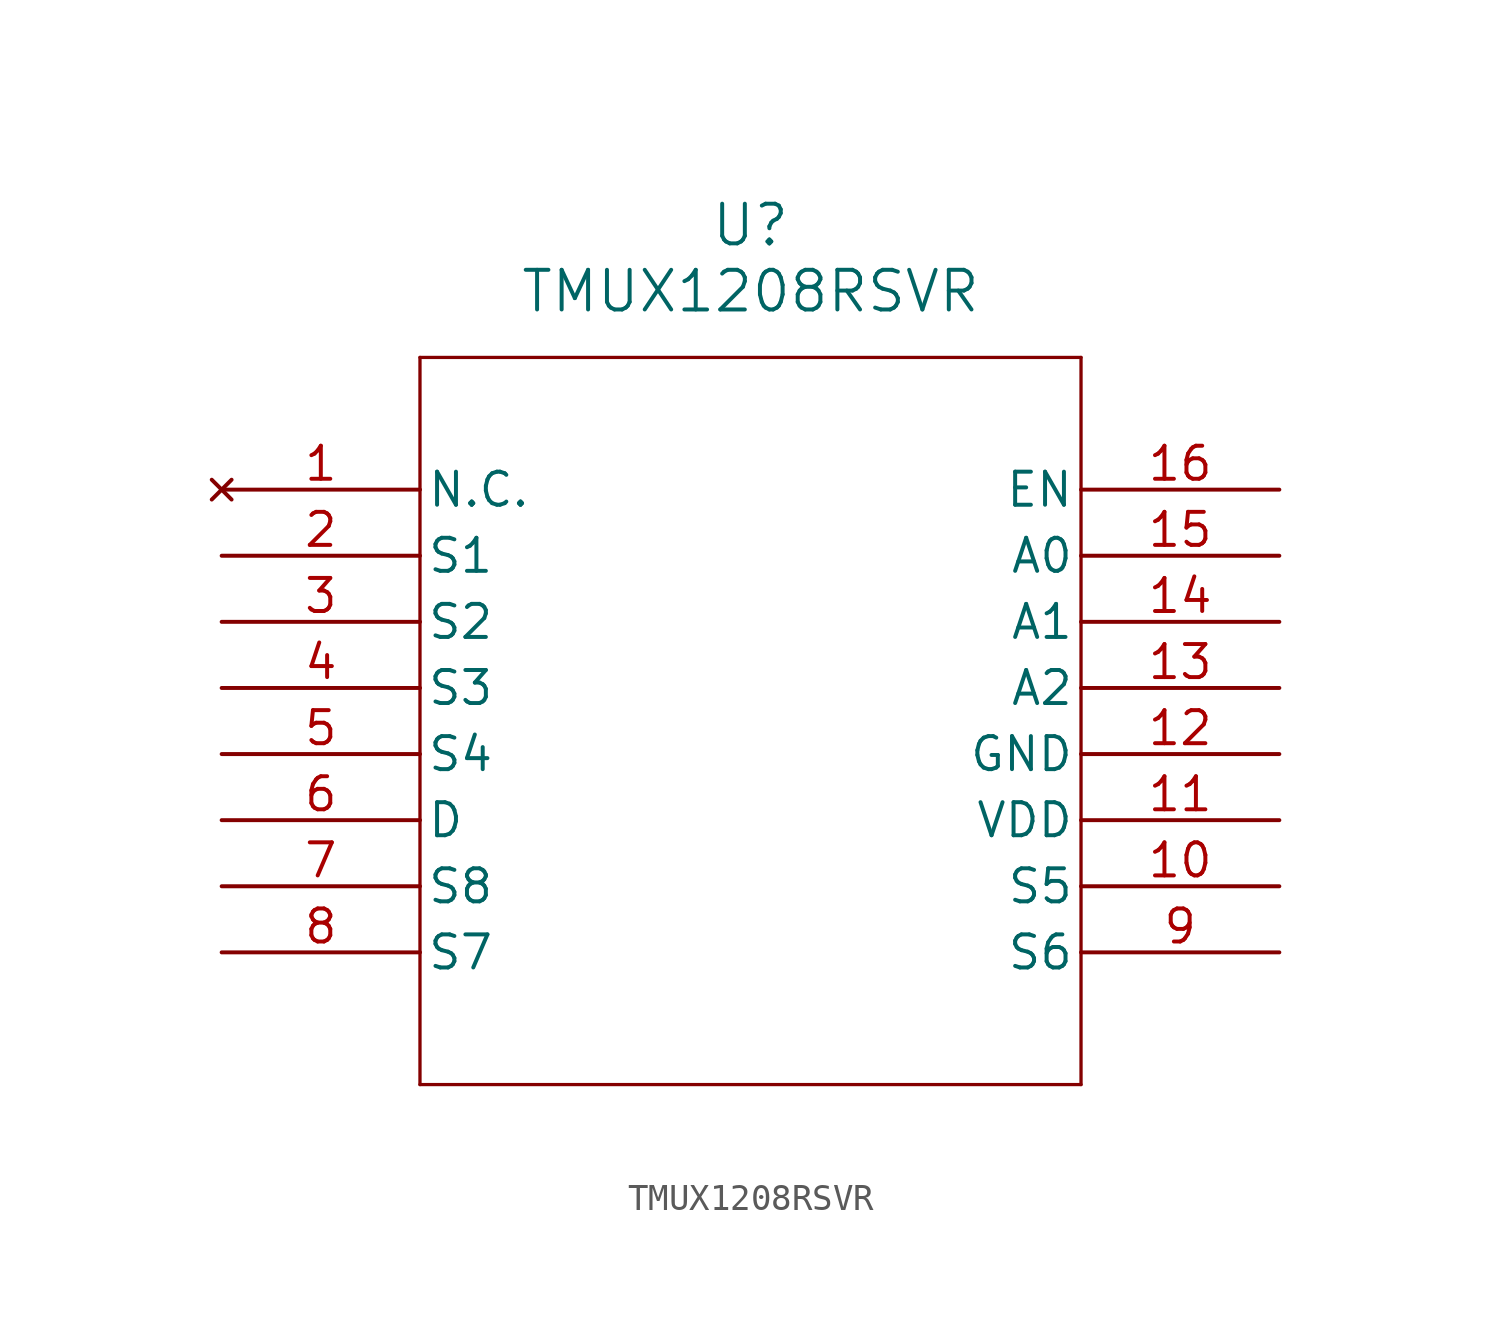
<source format=kicad_sym>
(kicad_symbol_lib
  (version 20231120)
  (generator "kicad_symbol_editor")
  (generator_version "8.0")
  (symbol "TMUX1208RSVR"
    (pin_names
      (offset 0.254))
    (property "Reference" "U"
      (at 20.32 10.16 0)
      (effects (font (size 1.524 1.524))))
    (property "Value" "TMUX1208RSVR"
      (at 20.32 7.62 0)
      (effects (font (size 1.524 1.524))))
    (property "ki_locked" ""
      (at 0 0 0)
      (effects (font (size 1.27 1.27))))
    (symbol "TMUX1208RSVR_0_1"
      (polyline (pts (xy 7.62 -22.86) (xy 33.02 -22.86)) (stroke (width 0.127) (type default)) (fill (type none)))
      (polyline (pts (xy 7.62 5.08) (xy 7.62 -22.86)) (stroke (width 0.127) (type default)) (fill (type none)))
      (polyline (pts (xy 33.02 -22.86) (xy 33.02 5.08)) (stroke (width 0.127) (type default)) (fill (type none)))
      (polyline (pts (xy 33.02 5.08) (xy 7.62 5.08)) (stroke (width 0.127) (type default)) (fill (type none)))
      (pin no_connect line (at 0 0 0) (length 7.62) (name "N.C." (effects (font (size 1.27 1.27)))) (number "1" (effects (font (size 1.27 1.27)))))
      (pin bidirectional line (at 40.64 -15.24 180) (length 7.62) (name "S5" (effects (font (size 1.27 1.27)))) (number "10" (effects (font (size 1.27 1.27)))))
      (pin power_in line (at 40.64 -12.7 180) (length 7.62) (name "VDD" (effects (font (size 1.27 1.27)))) (number "11" (effects (font (size 1.27 1.27)))))
      (pin bidirectional line (at 40.64 -7.62 180) (length 7.62) (name "A2" (effects (font (size 1.27 1.27)))) (number "13" (effects (font (size 1.27 1.27)))))
      (pin bidirectional line (at 40.64 -5.08 180) (length 7.62) (name "A1" (effects (font (size 1.27 1.27)))) (number "14" (effects (font (size 1.27 1.27)))))
      (pin bidirectional line (at 40.64 -2.54 180) (length 7.62) (name "A0" (effects (font (size 1.27 1.27)))) (number "15" (effects (font (size 1.27 1.27)))))
      (pin bidirectional line (at 0 -2.54 0) (length 7.62) (name "S1" (effects (font (size 1.27 1.27)))) (number "2" (effects (font (size 1.27 1.27)))))
      (pin bidirectional line (at 0 -5.08 0) (length 7.62) (name "S2" (effects (font (size 1.27 1.27)))) (number "3" (effects (font (size 1.27 1.27)))))
      (pin bidirectional line (at 0 -7.62 0) (length 7.62) (name "S3" (effects (font (size 1.27 1.27)))) (number "4" (effects (font (size 1.27 1.27)))))
      (pin bidirectional line (at 0 -10.16 0) (length 7.62) (name "S4" (effects (font (size 1.27 1.27)))) (number "5" (effects (font (size 1.27 1.27)))))
      (pin bidirectional line (at 0 -15.24 0) (length 7.62) (name "S8" (effects (font (size 1.27 1.27)))) (number "7" (effects (font (size 1.27 1.27)))))
      (pin bidirectional line (at 0 -17.78 0) (length 7.62) (name "S7" (effects (font (size 1.27 1.27)))) (number "8" (effects (font (size 1.27 1.27)))))
      (pin bidirectional line (at 40.64 -17.78 180) (length 7.62) (name "S6" (effects (font (size 1.27 1.27)))) (number "9" (effects (font (size 1.27 1.27))))))
    (symbol "TMUX1208RSVR_1_1"
      (pin power_in line (at 40.64 -10.16 180) (length 7.62) (name "GND" (effects (font (size 1.27 1.27)))) (number "12" (effects (font (size 1.27 1.27)))))
      (pin input line (at 40.64 0 180) (length 7.62) (name "EN" (effects (font (size 1.27 1.27)))) (number "16" (effects (font (size 1.27 1.27)))))
      (pin passive line (at 0 -12.7 0) (length 7.62) (name "D" (effects (font (size 1.27 1.27)))) (number "6" (effects (font (size 1.27 1.27))))))))
</source>
